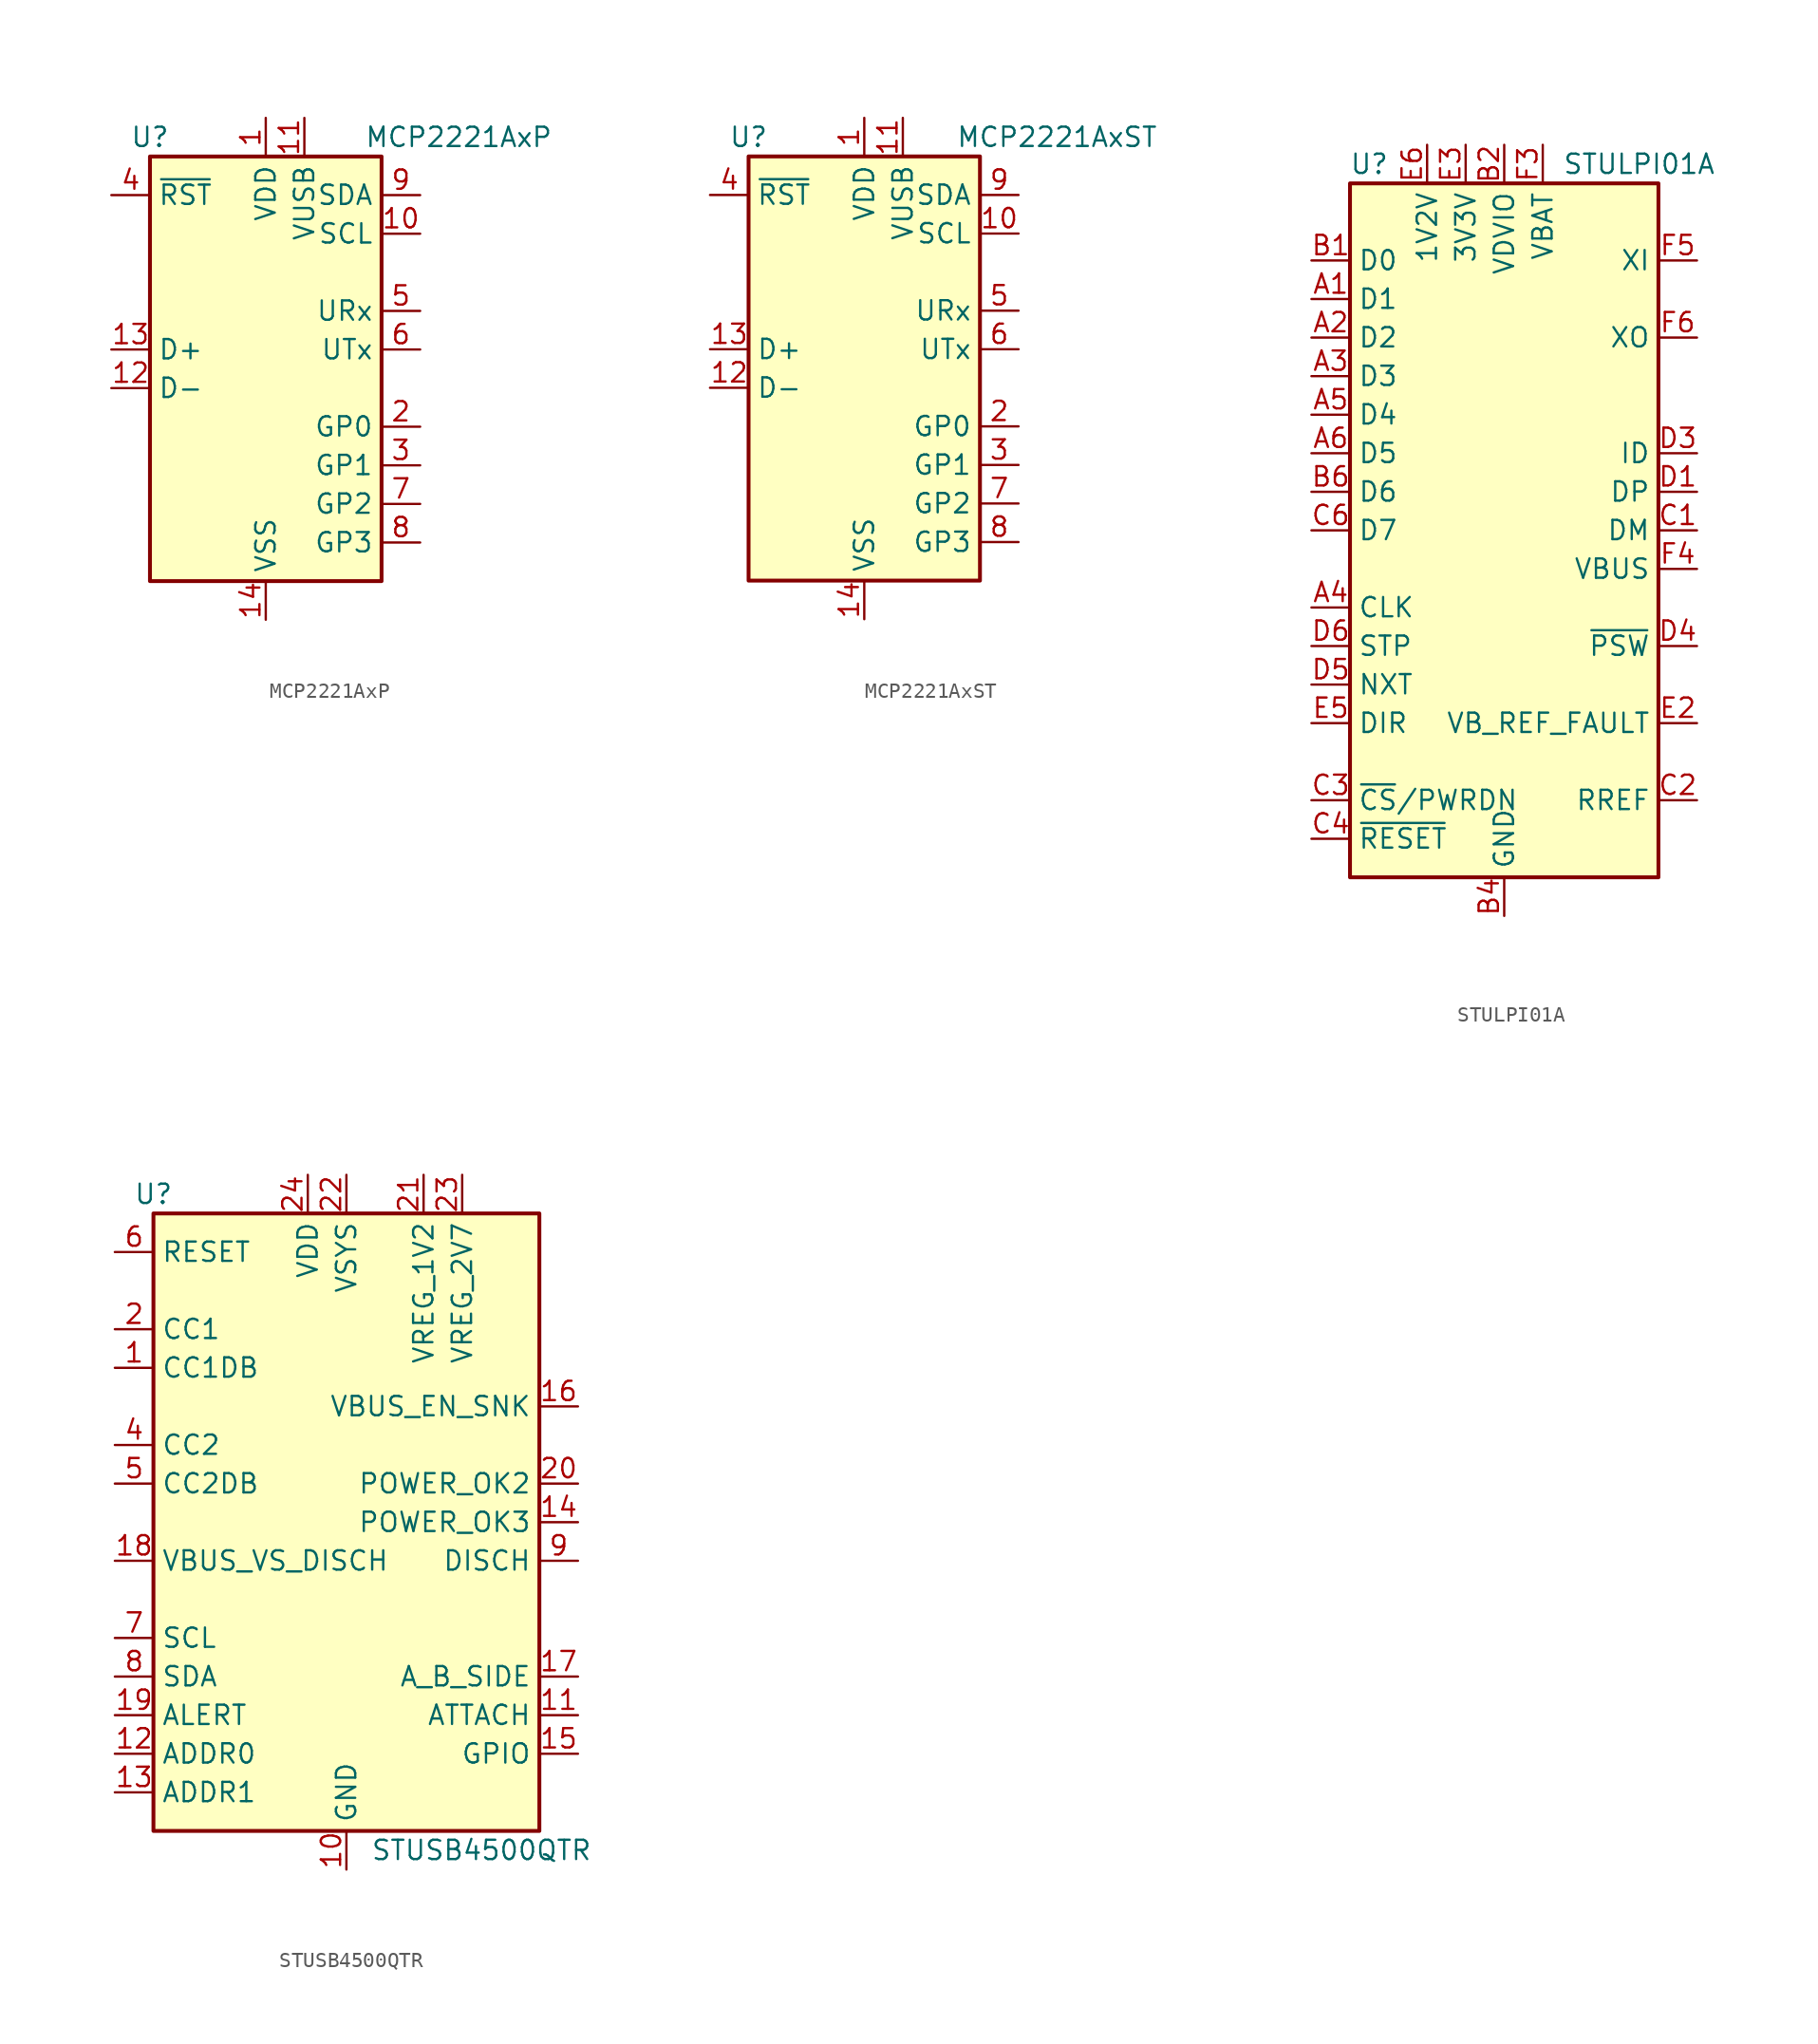
<source format=kicad_sym>
(kicad_symbol_lib
  (version 20220914)
  (generator kicad_symbol_editor)
  (symbol "MCP2221AxP"
    (property "Reference" "U"
      (at -7.62 16.51 0)
      (effects (font (size 1.27 1.27))))
    (property "Value" "MCP2221AxP"
      (at 12.7 16.51 0)
      (effects (font (size 1.27 1.27))))
    (symbol "MCP2221AxP_0_1"
      (rectangle (start -7.62 15.24) (end 7.62 -12.7) (stroke (width 0.254) (type default)) (fill (type background))))
    (symbol "MCP2221AxP_1_1"
      (pin power_in line (at 0 17.78 270) (length 2.54) (name "VDD" (effects (font (size 1.27 1.27)))) (number "1" (effects (font (size 1.27 1.27)))))
      (pin bidirectional line (at 10.16 10.16 180) (length 2.54) (name "SCL" (effects (font (size 1.27 1.27)))) (number "10" (effects (font (size 1.27 1.27)))))
      (pin passive line (at 2.54 17.78 270) (length 2.54) (name "VUSB" (effects (font (size 1.27 1.27)))) (number "11" (effects (font (size 1.27 1.27)))))
      (pin bidirectional line (at -10.16 0 0) (length 2.54) (name "D-" (effects (font (size 1.27 1.27)))) (number "12" (effects (font (size 1.27 1.27)))))
      (pin bidirectional line (at -10.16 2.54 0) (length 2.54) (name "D+" (effects (font (size 1.27 1.27)))) (number "13" (effects (font (size 1.27 1.27)))))
      (pin power_in line (at 0 -15.24 90) (length 2.54) (name "VSS" (effects (font (size 1.27 1.27)))) (number "14" (effects (font (size 1.27 1.27)))))
      (pin bidirectional line (at 10.16 -2.54 180) (length 2.54) (name "GP0" (effects (font (size 1.27 1.27)))) (number "2" (effects (font (size 1.27 1.27)))))
      (pin bidirectional line (at 10.16 -5.08 180) (length 2.54) (name "GP1" (effects (font (size 1.27 1.27)))) (number "3" (effects (font (size 1.27 1.27)))))
      (pin input line (at -10.16 12.7 0) (length 2.54) (name "~{RST}" (effects (font (size 1.27 1.27)))) (number "4" (effects (font (size 1.27 1.27)))))
      (pin input line (at 10.16 5.08 180) (length 2.54) (name "URx" (effects (font (size 1.27 1.27)))) (number "5" (effects (font (size 1.27 1.27)))))
      (pin output line (at 10.16 2.54 180) (length 2.54) (name "UTx" (effects (font (size 1.27 1.27)))) (number "6" (effects (font (size 1.27 1.27)))))
      (pin bidirectional line (at 10.16 -7.62 180) (length 2.54) (name "GP2" (effects (font (size 1.27 1.27)))) (number "7" (effects (font (size 1.27 1.27)))))
      (pin bidirectional line (at 10.16 -10.16 180) (length 2.54) (name "GP3" (effects (font (size 1.27 1.27)))) (number "8" (effects (font (size 1.27 1.27)))))
      (pin bidirectional line (at 10.16 12.7 180) (length 2.54) (name "SDA" (effects (font (size 1.27 1.27)))) (number "9" (effects (font (size 1.27 1.27)))))))
  (symbol "MCP2221AxST"
    (property "Reference" "U"
      (at -7.62 16.51 0)
      (effects (font (size 1.27 1.27))))
    (property "Value" "MCP2221AxST"
      (at 12.7 16.51 0)
      (effects (font (size 1.27 1.27))))
    (symbol "MCP2221AxST_0_1"
      (rectangle (start -7.62 15.24) (end 7.62 -12.7) (stroke (width 0.254) (type default)) (fill (type background))))
    (symbol "MCP2221AxST_1_1"
      (pin power_in line (at 0 17.78 270) (length 2.54) (name "VDD" (effects (font (size 1.27 1.27)))) (number "1" (effects (font (size 1.27 1.27)))))
      (pin bidirectional line (at 10.16 10.16 180) (length 2.54) (name "SCL" (effects (font (size 1.27 1.27)))) (number "10" (effects (font (size 1.27 1.27)))))
      (pin passive line (at 2.54 17.78 270) (length 2.54) (name "VUSB" (effects (font (size 1.27 1.27)))) (number "11" (effects (font (size 1.27 1.27)))))
      (pin bidirectional line (at -10.16 0 0) (length 2.54) (name "D-" (effects (font (size 1.27 1.27)))) (number "12" (effects (font (size 1.27 1.27)))))
      (pin bidirectional line (at -10.16 2.54 0) (length 2.54) (name "D+" (effects (font (size 1.27 1.27)))) (number "13" (effects (font (size 1.27 1.27)))))
      (pin power_in line (at 0 -15.24 90) (length 2.54) (name "VSS" (effects (font (size 1.27 1.27)))) (number "14" (effects (font (size 1.27 1.27)))))
      (pin bidirectional line (at 10.16 -2.54 180) (length 2.54) (name "GP0" (effects (font (size 1.27 1.27)))) (number "2" (effects (font (size 1.27 1.27)))))
      (pin bidirectional line (at 10.16 -5.08 180) (length 2.54) (name "GP1" (effects (font (size 1.27 1.27)))) (number "3" (effects (font (size 1.27 1.27)))))
      (pin input line (at -10.16 12.7 0) (length 2.54) (name "~{RST}" (effects (font (size 1.27 1.27)))) (number "4" (effects (font (size 1.27 1.27)))))
      (pin input line (at 10.16 5.08 180) (length 2.54) (name "URx" (effects (font (size 1.27 1.27)))) (number "5" (effects (font (size 1.27 1.27)))))
      (pin output line (at 10.16 2.54 180) (length 2.54) (name "UTx" (effects (font (size 1.27 1.27)))) (number "6" (effects (font (size 1.27 1.27)))))
      (pin bidirectional line (at 10.16 -7.62 180) (length 2.54) (name "GP2" (effects (font (size 1.27 1.27)))) (number "7" (effects (font (size 1.27 1.27)))))
      (pin bidirectional line (at 10.16 -10.16 180) (length 2.54) (name "GP3" (effects (font (size 1.27 1.27)))) (number "8" (effects (font (size 1.27 1.27)))))
      (pin bidirectional line (at 10.16 12.7 180) (length 2.54) (name "SDA" (effects (font (size 1.27 1.27)))) (number "9" (effects (font (size 1.27 1.27)))))))
  (symbol "STULPI01A"
    (property "Reference" "U"
      (at -8.89 24.13 0)
      (effects (font (size 1.27 1.27))))
    (property "Value" "STULPI01A"
      (at 8.89 24.13 0)
      (effects (font (size 1.27 1.27))))
    (symbol "STULPI01A_0_1"
      (rectangle (start 10.16 -22.86) (end -10.16 22.86) (stroke (width 0.254) (type default)) (fill (type background))))
    (symbol "STULPI01A_1_1"
      (pin bidirectional line (at -12.7 15.24 0) (length 2.54) (name "D1" (effects (font (size 1.27 1.27)))) (number "A1" (effects (font (size 1.27 1.27)))))
      (pin bidirectional line (at -12.7 12.7 0) (length 2.54) (name "D2" (effects (font (size 1.27 1.27)))) (number "A2" (effects (font (size 1.27 1.27)))))
      (pin bidirectional line (at -12.7 10.16 0) (length 2.54) (name "D3" (effects (font (size 1.27 1.27)))) (number "A3" (effects (font (size 1.27 1.27)))))
      (pin output line (at -12.7 -5.08 0) (length 2.54) (name "CLK" (effects (font (size 1.27 1.27)))) (number "A4" (effects (font (size 1.27 1.27)))))
      (pin bidirectional line (at -12.7 7.62 0) (length 2.54) (name "D4" (effects (font (size 1.27 1.27)))) (number "A5" (effects (font (size 1.27 1.27)))))
      (pin bidirectional line (at -12.7 5.08 0) (length 2.54) (name "D5" (effects (font (size 1.27 1.27)))) (number "A6" (effects (font (size 1.27 1.27)))))
      (pin bidirectional line (at -12.7 17.78 0) (length 2.54) (name "D0" (effects (font (size 1.27 1.27)))) (number "B1" (effects (font (size 1.27 1.27)))))
      (pin power_in line (at 0 25.4 270) (length 2.54) (name "VDVIO" (effects (font (size 1.27 1.27)))) (number "B2" (effects (font (size 1.27 1.27)))))
      (pin passive line (at 0 25.4 270) (length 2.54) hide (name "VDVIO" (effects (font (size 1.27 1.27)))) (number "B3" (effects (font (size 1.27 1.27)))))
      (pin power_in line (at 0 -25.4 90) (length 2.54) (name "GND" (effects (font (size 1.27 1.27)))) (number "B4" (effects (font (size 1.27 1.27)))))
      (pin passive line (at 0 25.4 270) (length 2.54) hide (name "VDVIO" (effects (font (size 1.27 1.27)))) (number "B5" (effects (font (size 1.27 1.27)))))
      (pin bidirectional line (at -12.7 2.54 0) (length 2.54) (name "D6" (effects (font (size 1.27 1.27)))) (number "B6" (effects (font (size 1.27 1.27)))))
      (pin bidirectional line (at 12.7 0 180) (length 2.54) (name "DM" (effects (font (size 1.27 1.27)))) (number "C1" (effects (font (size 1.27 1.27)))))
      (pin passive line (at 12.7 -17.78 180) (length 2.54) (name "RREF" (effects (font (size 1.27 1.27)))) (number "C2" (effects (font (size 1.27 1.27)))))
      (pin input line (at -12.7 -17.78 0) (length 2.54) (name "~{CS}/PWRDN" (effects (font (size 1.27 1.27)))) (number "C3" (effects (font (size 1.27 1.27)))))
      (pin input line (at -12.7 -20.32 0) (length 2.54) (name "~{RESET}" (effects (font (size 1.27 1.27)))) (number "C4" (effects (font (size 1.27 1.27)))))
      (pin passive line (at 0 -25.4 90) (length 2.54) hide (name "GND" (effects (font (size 1.27 1.27)))) (number "C5" (effects (font (size 1.27 1.27)))))
      (pin bidirectional line (at -12.7 0 0) (length 2.54) (name "D7" (effects (font (size 1.27 1.27)))) (number "C6" (effects (font (size 1.27 1.27)))))
      (pin bidirectional line (at 12.7 2.54 180) (length 2.54) (name "DP" (effects (font (size 1.27 1.27)))) (number "D1" (effects (font (size 1.27 1.27)))))
      (pin passive line (at 0 -25.4 90) (length 2.54) hide (name "GND" (effects (font (size 1.27 1.27)))) (number "D2" (effects (font (size 1.27 1.27)))))
      (pin input line (at 12.7 5.08 180) (length 2.54) (name "ID" (effects (font (size 1.27 1.27)))) (number "D3" (effects (font (size 1.27 1.27)))))
      (pin output line (at 12.7 -7.62 180) (length 2.54) (name "~{PSW}" (effects (font (size 1.27 1.27)))) (number "D4" (effects (font (size 1.27 1.27)))))
      (pin output line (at -12.7 -10.16 0) (length 2.54) (name "NXT" (effects (font (size 1.27 1.27)))) (number "D5" (effects (font (size 1.27 1.27)))))
      (pin input line (at -12.7 -7.62 0) (length 2.54) (name "STP" (effects (font (size 1.27 1.27)))) (number "D6" (effects (font (size 1.27 1.27)))))
      (pin passive line (at 0 -25.4 90) (length 2.54) hide (name "GND" (effects (font (size 1.27 1.27)))) (number "E1" (effects (font (size 1.27 1.27)))))
      (pin input line (at 12.7 -12.7 180) (length 2.54) (name "VB_REF_FAULT" (effects (font (size 1.27 1.27)))) (number "E2" (effects (font (size 1.27 1.27)))))
      (pin passive line (at -2.54 25.4 270) (length 2.54) (name "3V3V" (effects (font (size 1.27 1.27)))) (number "E3" (effects (font (size 1.27 1.27)))))
      (pin passive line (at 0 -25.4 90) (length 2.54) hide (name "GND" (effects (font (size 1.27 1.27)))) (number "E4" (effects (font (size 1.27 1.27)))))
      (pin output line (at -12.7 -12.7 0) (length 2.54) (name "DIR" (effects (font (size 1.27 1.27)))) (number "E5" (effects (font (size 1.27 1.27)))))
      (pin passive line (at -5.08 25.4 270) (length 2.54) (name "1V2V" (effects (font (size 1.27 1.27)))) (number "E6" (effects (font (size 1.27 1.27)))))
      (pin no_connect line (at -10.16 -2.54 0) (length 2.54) hide (name "NC" (effects (font (size 1.27 1.27)))) (number "F1" (effects (font (size 1.27 1.27)))))
      (pin no_connect line (at -10.16 -15.24 0) (length 2.54) hide (name "NC" (effects (font (size 1.27 1.27)))) (number "F2" (effects (font (size 1.27 1.27)))))
      (pin power_in line (at 2.54 25.4 270) (length 2.54) (name "VBAT" (effects (font (size 1.27 1.27)))) (number "F3" (effects (font (size 1.27 1.27)))))
      (pin bidirectional line (at 12.7 -2.54 180) (length 2.54) (name "VBUS" (effects (font (size 1.27 1.27)))) (number "F4" (effects (font (size 1.27 1.27)))))
      (pin input line (at 12.7 17.78 180) (length 2.54) (name "XI" (effects (font (size 1.27 1.27)))) (number "F5" (effects (font (size 1.27 1.27)))))
      (pin output line (at 12.7 12.7 180) (length 2.54) (name "XO" (effects (font (size 1.27 1.27)))) (number "F6" (effects (font (size 1.27 1.27)))))))
  (symbol "STUSB4500QTR"
    (property "Reference" "U"
      (at -12.7 21.59 0)
      (effects (font (size 1.27 1.27))))
    (property "Value" "STUSB4500QTR"
      (at 8.89 -21.59 0)
      (effects (font (size 1.27 1.27))))
    (symbol "STUSB4500QTR_0_1"
      (rectangle (start -12.7 20.32) (end 12.7 -20.32) (stroke (width 0.254) (type default)) (fill (type background))))
    (symbol "STUSB4500QTR_1_1"
      (pin bidirectional line (at -15.24 10.16 0) (length 2.54) (name "CC1DB" (effects (font (size 1.27 1.27)))) (number "1" (effects (font (size 1.27 1.27)))))
      (pin power_in line (at 0 -22.86 90) (length 2.54) (name "GND" (effects (font (size 1.27 1.27)))) (number "10" (effects (font (size 1.27 1.27)))))
      (pin open_collector line (at 15.24 -12.7 180) (length 2.54) (name "ATTACH" (effects (font (size 1.27 1.27)))) (number "11" (effects (font (size 1.27 1.27)))))
      (pin input line (at -15.24 -15.24 0) (length 2.54) (name "ADDR0" (effects (font (size 1.27 1.27)))) (number "12" (effects (font (size 1.27 1.27)))))
      (pin input line (at -15.24 -17.78 0) (length 2.54) (name "ADDR1" (effects (font (size 1.27 1.27)))) (number "13" (effects (font (size 1.27 1.27)))))
      (pin open_collector line (at 15.24 0 180) (length 2.54) (name "POWER_OK3" (effects (font (size 1.27 1.27)))) (number "14" (effects (font (size 1.27 1.27)))))
      (pin open_collector line (at 15.24 -15.24 180) (length 2.54) (name "GPIO" (effects (font (size 1.27 1.27)))) (number "15" (effects (font (size 1.27 1.27)))))
      (pin open_collector line (at 15.24 7.62 180) (length 2.54) (name "VBUS_EN_SNK" (effects (font (size 1.27 1.27)))) (number "16" (effects (font (size 1.27 1.27)))))
      (pin open_collector line (at 15.24 -10.16 180) (length 2.54) (name "A_B_SIDE" (effects (font (size 1.27 1.27)))) (number "17" (effects (font (size 1.27 1.27)))))
      (pin input line (at -15.24 -2.54 0) (length 2.54) (name "VBUS_VS_DISCH" (effects (font (size 1.27 1.27)))) (number "18" (effects (font (size 1.27 1.27)))))
      (pin open_collector line (at -15.24 -12.7 0) (length 2.54) (name "ALERT" (effects (font (size 1.27 1.27)))) (number "19" (effects (font (size 1.27 1.27)))))
      (pin bidirectional line (at -15.24 12.7 0) (length 2.54) (name "CC1" (effects (font (size 1.27 1.27)))) (number "2" (effects (font (size 1.27 1.27)))))
      (pin open_collector line (at 15.24 2.54 180) (length 2.54) (name "POWER_OK2" (effects (font (size 1.27 1.27)))) (number "20" (effects (font (size 1.27 1.27)))))
      (pin power_out line (at 5.08 22.86 270) (length 2.54) (name "VREG_1V2" (effects (font (size 1.27 1.27)))) (number "21" (effects (font (size 1.27 1.27)))))
      (pin power_in line (at 0 22.86 270) (length 2.54) (name "VSYS" (effects (font (size 1.27 1.27)))) (number "22" (effects (font (size 1.27 1.27)))))
      (pin power_out line (at 7.62 22.86 270) (length 2.54) (name "VREG_2V7" (effects (font (size 1.27 1.27)))) (number "23" (effects (font (size 1.27 1.27)))))
      (pin power_in line (at -2.54 22.86 270) (length 2.54) (name "VDD" (effects (font (size 1.27 1.27)))) (number "24" (effects (font (size 1.27 1.27)))))
      (pin passive line (at 0 -22.86 90) (length 2.54) hide (name "GND" (effects (font (size 1.27 1.27)))) (number "25" (effects (font (size 1.27 1.27)))))
      (pin no_connect line (at -12.7 15.24 0) (length 2.54) hide (name "NC" (effects (font (size 1.27 1.27)))) (number "3" (effects (font (size 1.27 1.27)))))
      (pin bidirectional line (at -15.24 5.08 0) (length 2.54) (name "CC2" (effects (font (size 1.27 1.27)))) (number "4" (effects (font (size 1.27 1.27)))))
      (pin bidirectional line (at -15.24 2.54 0) (length 2.54) (name "CC2DB" (effects (font (size 1.27 1.27)))) (number "5" (effects (font (size 1.27 1.27)))))
      (pin input line (at -15.24 17.78 0) (length 2.54) (name "RESET" (effects (font (size 1.27 1.27)))) (number "6" (effects (font (size 1.27 1.27)))))
      (pin input line (at -15.24 -7.62 0) (length 2.54) (name "SCL" (effects (font (size 1.27 1.27)))) (number "7" (effects (font (size 1.27 1.27)))))
      (pin bidirectional line (at -15.24 -10.16 0) (length 2.54) (name "SDA" (effects (font (size 1.27 1.27)))) (number "8" (effects (font (size 1.27 1.27)))))
      (pin bidirectional line (at 15.24 -2.54 180) (length 2.54) (name "DISCH" (effects (font (size 1.27 1.27)))) (number "9" (effects (font (size 1.27 1.27))))))))
</source>
